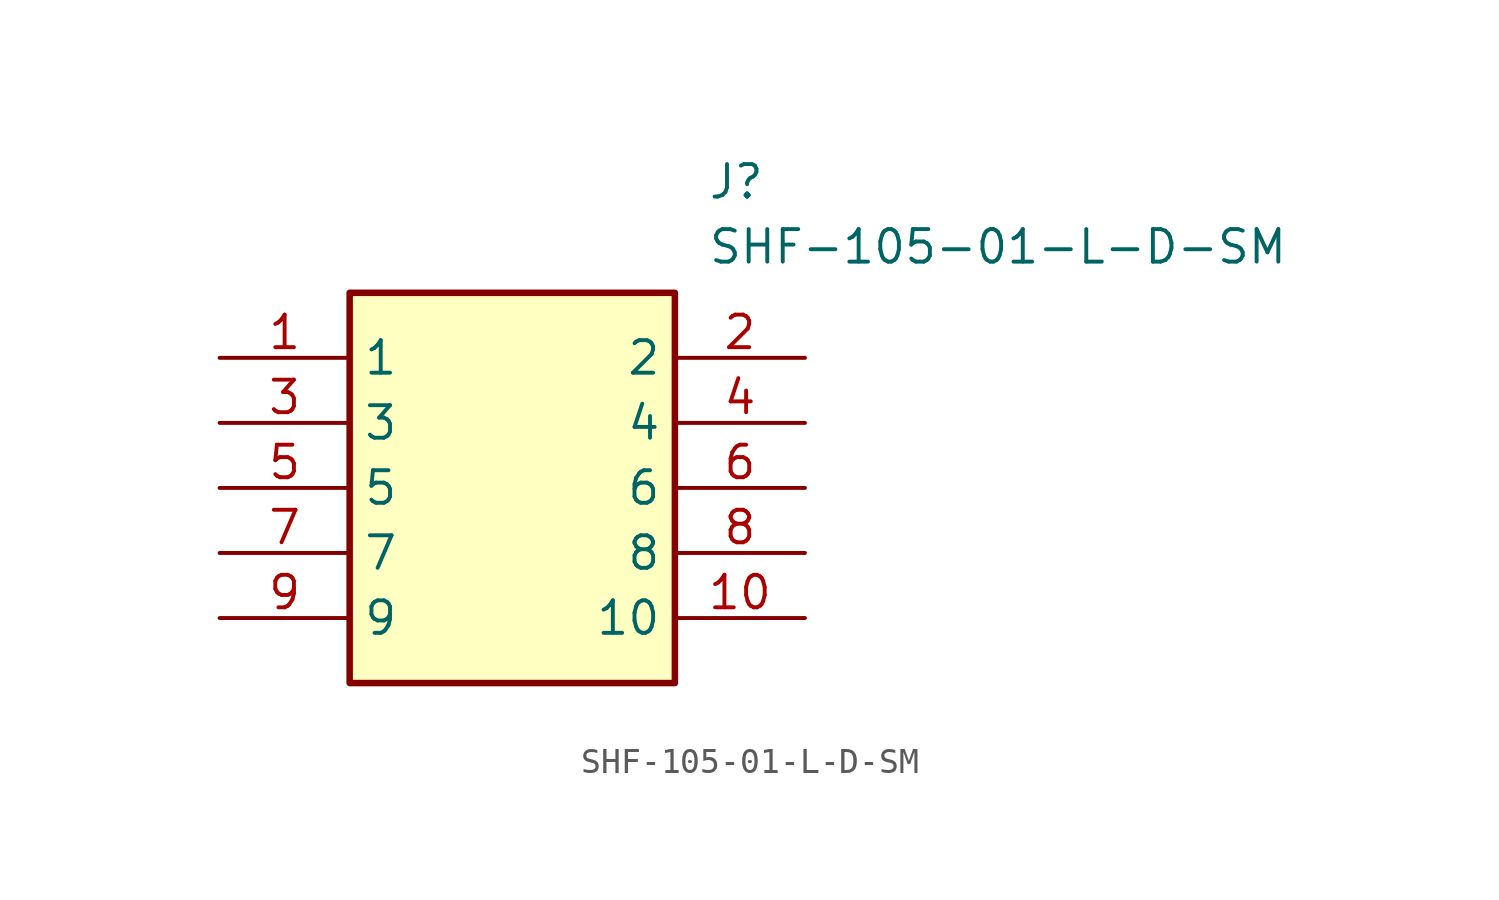
<source format=kicad_sym>
(kicad_symbol_lib
  (version 20211014)
  (generator SamacSys_ECAD_Model)
  (symbol "SHF-105-01-L-D-SM"
    (property "Reference" "J"
      (at 19.05 7.62 0)
      (effects (font (size 1.27 1.27)) (justify left top)))
    (property "Value" "SHF-105-01-L-D-SM"
      (at 19.05 5.08 0)
      (effects (font (size 1.27 1.27)) (justify left top)))
    (rectangle
      (start 5.08 2.54)
      (end 17.78 -12.7)
      (stroke (width 0.254) (type default))
      (fill (type background)))
    (pin passive line
      (at 0 0 0)
      (length 5.08)
      (name "1" (effects (font (size 1.27 1.27))))
      (number "1" (effects (font (size 1.27 1.27)))))
    (pin passive line
      (at 22.86 0 180)
      (length 5.08)
      (name "2" (effects (font (size 1.27 1.27))))
      (number "2" (effects (font (size 1.27 1.27)))))
    (pin passive line
      (at 0 -2.54 0)
      (length 5.08)
      (name "3" (effects (font (size 1.27 1.27))))
      (number "3" (effects (font (size 1.27 1.27)))))
    (pin passive line
      (at 22.86 -2.54 180)
      (length 5.08)
      (name "4" (effects (font (size 1.27 1.27))))
      (number "4" (effects (font (size 1.27 1.27)))))
    (pin passive line
      (at 0 -5.08 0)
      (length 5.08)
      (name "5" (effects (font (size 1.27 1.27))))
      (number "5" (effects (font (size 1.27 1.27)))))
    (pin passive line
      (at 22.86 -5.08 180)
      (length 5.08)
      (name "6" (effects (font (size 1.27 1.27))))
      (number "6" (effects (font (size 1.27 1.27)))))
    (pin passive line
      (at 0 -7.62 0)
      (length 5.08)
      (name "7" (effects (font (size 1.27 1.27))))
      (number "7" (effects (font (size 1.27 1.27)))))
    (pin passive line
      (at 22.86 -7.62 180)
      (length 5.08)
      (name "8" (effects (font (size 1.27 1.27))))
      (number "8" (effects (font (size 1.27 1.27)))))
    (pin passive line
      (at 0 -10.16 0)
      (length 5.08)
      (name "9" (effects (font (size 1.27 1.27))))
      (number "9" (effects (font (size 1.27 1.27)))))
    (pin passive line
      (at 22.86 -10.16 180)
      (length 5.08)
      (name "10" (effects (font (size 1.27 1.27))))
      (number "10" (effects (font (size 1.27 1.27)))))))
</source>
